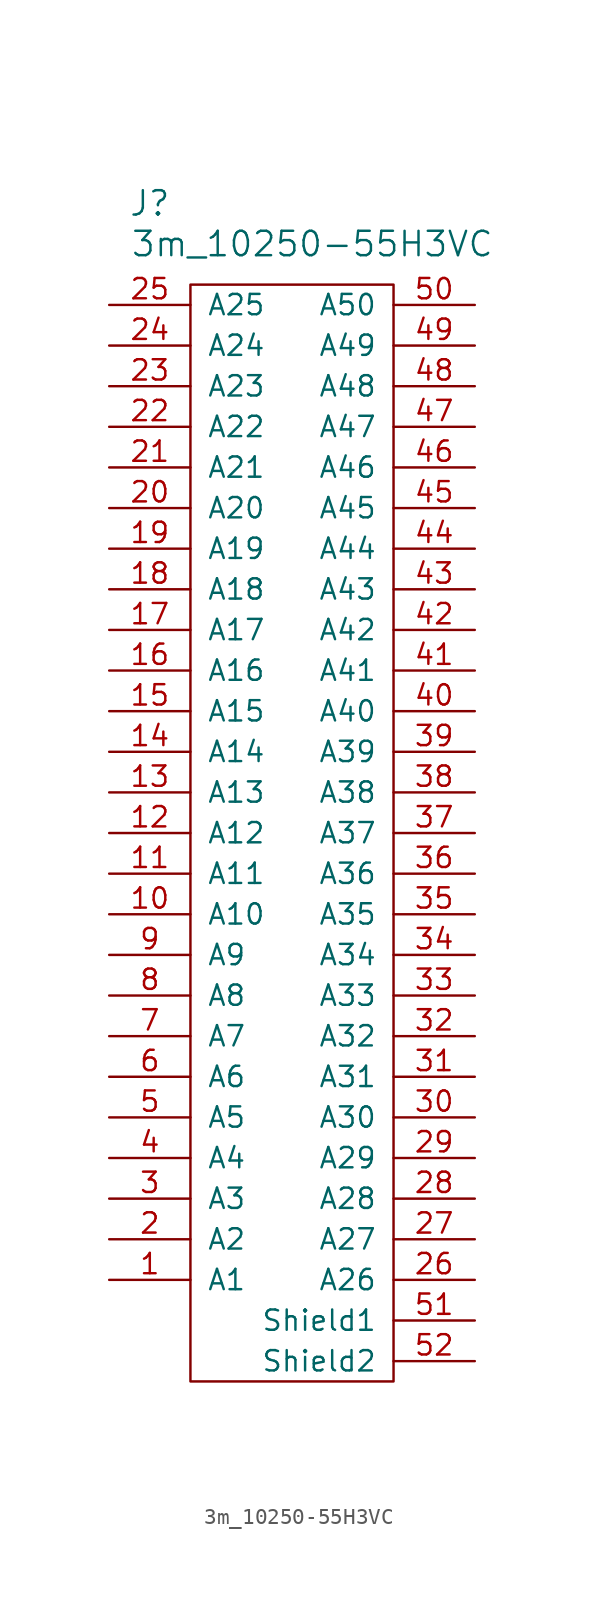
<source format=kicad_sym>
(kicad_symbol_lib
  (version 20220914)
  (generator kicad_symbol_editor)
  (symbol "3m_10250-55H3VC"
    (pin_names
      (offset 1.016))
    (property "Reference" "J"
      (at -8.89 35.56 0)
      (effects (font (size 1.524 1.524))))
    (property "Value" "3m_10250-55H3VC"
      (at 1.27 33.02 0)
      (effects (font (size 1.524 1.524))))
    (property "Footprint" ""
      (at 0 0 0)
      (effects (font (size 1.524 1.524))))
    (property "Datasheet" ""
      (at 0 0 0)
      (effects (font (size 1.524 1.524))))
    (symbol "3m_10250-55H3VC_0_1"
      (rectangle (start -6.35 30.48) (end 6.35 -38.1) (stroke (width 0) (type default)) (fill (type none))))
    (symbol "3m_10250-55H3VC_1_1"
      (pin bidirectional line (at -11.43 -31.75 0) (length 5.08) (name "A1" (effects (font (size 1.27 1.27)))) (number "1" (effects (font (size 1.27 1.27)))))
      (pin bidirectional line (at -11.43 -8.89 0) (length 5.08) (name "A10" (effects (font (size 1.27 1.27)))) (number "10" (effects (font (size 1.27 1.27)))))
      (pin bidirectional line (at -11.43 -6.35 0) (length 5.08) (name "A11" (effects (font (size 1.27 1.27)))) (number "11" (effects (font (size 1.27 1.27)))))
      (pin bidirectional line (at -11.43 -3.81 0) (length 5.08) (name "A12" (effects (font (size 1.27 1.27)))) (number "12" (effects (font (size 1.27 1.27)))))
      (pin bidirectional line (at -11.43 -1.27 0) (length 5.08) (name "A13" (effects (font (size 1.27 1.27)))) (number "13" (effects (font (size 1.27 1.27)))))
      (pin bidirectional line (at -11.43 1.27 0) (length 5.08) (name "A14" (effects (font (size 1.27 1.27)))) (number "14" (effects (font (size 1.27 1.27)))))
      (pin bidirectional line (at -11.43 3.81 0) (length 5.08) (name "A15" (effects (font (size 1.27 1.27)))) (number "15" (effects (font (size 1.27 1.27)))))
      (pin bidirectional line (at -11.43 6.35 0) (length 5.08) (name "A16" (effects (font (size 1.27 1.27)))) (number "16" (effects (font (size 1.27 1.27)))))
      (pin bidirectional line (at -11.43 8.89 0) (length 5.08) (name "A17" (effects (font (size 1.27 1.27)))) (number "17" (effects (font (size 1.27 1.27)))))
      (pin bidirectional line (at -11.43 11.43 0) (length 5.08) (name "A18" (effects (font (size 1.27 1.27)))) (number "18" (effects (font (size 1.27 1.27)))))
      (pin bidirectional line (at -11.43 13.97 0) (length 5.08) (name "A19" (effects (font (size 1.27 1.27)))) (number "19" (effects (font (size 1.27 1.27)))))
      (pin bidirectional line (at -11.43 -29.21 0) (length 5.08) (name "A2" (effects (font (size 1.27 1.27)))) (number "2" (effects (font (size 1.27 1.27)))))
      (pin bidirectional line (at -11.43 16.51 0) (length 5.08) (name "A20" (effects (font (size 1.27 1.27)))) (number "20" (effects (font (size 1.27 1.27)))))
      (pin bidirectional line (at -11.43 19.05 0) (length 5.08) (name "A21" (effects (font (size 1.27 1.27)))) (number "21" (effects (font (size 1.27 1.27)))))
      (pin bidirectional line (at -11.43 21.59 0) (length 5.08) (name "A22" (effects (font (size 1.27 1.27)))) (number "22" (effects (font (size 1.27 1.27)))))
      (pin bidirectional line (at -11.43 24.13 0) (length 5.08) (name "A23" (effects (font (size 1.27 1.27)))) (number "23" (effects (font (size 1.27 1.27)))))
      (pin bidirectional line (at -11.43 26.67 0) (length 5.08) (name "A24" (effects (font (size 1.27 1.27)))) (number "24" (effects (font (size 1.27 1.27)))))
      (pin bidirectional line (at -11.43 29.21 0) (length 5.08) (name "A25" (effects (font (size 1.27 1.27)))) (number "25" (effects (font (size 1.27 1.27)))))
      (pin bidirectional line (at 11.43 -31.75 180) (length 5.08) (name "A26" (effects (font (size 1.27 1.27)))) (number "26" (effects (font (size 1.27 1.27)))))
      (pin bidirectional line (at 11.43 -29.21 180) (length 5.08) (name "A27" (effects (font (size 1.27 1.27)))) (number "27" (effects (font (size 1.27 1.27)))))
      (pin bidirectional line (at 11.43 -26.67 180) (length 5.08) (name "A28" (effects (font (size 1.27 1.27)))) (number "28" (effects (font (size 1.27 1.27)))))
      (pin bidirectional line (at 11.43 -24.13 180) (length 5.08) (name "A29" (effects (font (size 1.27 1.27)))) (number "29" (effects (font (size 1.27 1.27)))))
      (pin bidirectional line (at -11.43 -26.67 0) (length 5.08) (name "A3" (effects (font (size 1.27 1.27)))) (number "3" (effects (font (size 1.27 1.27)))))
      (pin bidirectional line (at 11.43 -21.59 180) (length 5.08) (name "A30" (effects (font (size 1.27 1.27)))) (number "30" (effects (font (size 1.27 1.27)))))
      (pin bidirectional line (at 11.43 -19.05 180) (length 5.08) (name "A31" (effects (font (size 1.27 1.27)))) (number "31" (effects (font (size 1.27 1.27)))))
      (pin bidirectional line (at 11.43 -16.51 180) (length 5.08) (name "A32" (effects (font (size 1.27 1.27)))) (number "32" (effects (font (size 1.27 1.27)))))
      (pin bidirectional line (at 11.43 -13.97 180) (length 5.08) (name "A33" (effects (font (size 1.27 1.27)))) (number "33" (effects (font (size 1.27 1.27)))))
      (pin bidirectional line (at 11.43 -11.43 180) (length 5.08) (name "A34" (effects (font (size 1.27 1.27)))) (number "34" (effects (font (size 1.27 1.27)))))
      (pin bidirectional line (at 11.43 -8.89 180) (length 5.08) (name "A35" (effects (font (size 1.27 1.27)))) (number "35" (effects (font (size 1.27 1.27)))))
      (pin bidirectional line (at 11.43 -6.35 180) (length 5.08) (name "A36" (effects (font (size 1.27 1.27)))) (number "36" (effects (font (size 1.27 1.27)))))
      (pin bidirectional line (at 11.43 -3.81 180) (length 5.08) (name "A37" (effects (font (size 1.27 1.27)))) (number "37" (effects (font (size 1.27 1.27)))))
      (pin bidirectional line (at 11.43 -1.27 180) (length 5.08) (name "A38" (effects (font (size 1.27 1.27)))) (number "38" (effects (font (size 1.27 1.27)))))
      (pin bidirectional line (at 11.43 1.27 180) (length 5.08) (name "A39" (effects (font (size 1.27 1.27)))) (number "39" (effects (font (size 1.27 1.27)))))
      (pin bidirectional line (at -11.43 -24.13 0) (length 5.08) (name "A4" (effects (font (size 1.27 1.27)))) (number "4" (effects (font (size 1.27 1.27)))))
      (pin bidirectional line (at 11.43 3.81 180) (length 5.08) (name "A40" (effects (font (size 1.27 1.27)))) (number "40" (effects (font (size 1.27 1.27)))))
      (pin bidirectional line (at 11.43 6.35 180) (length 5.08) (name "A41" (effects (font (size 1.27 1.27)))) (number "41" (effects (font (size 1.27 1.27)))))
      (pin bidirectional line (at 11.43 8.89 180) (length 5.08) (name "A42" (effects (font (size 1.27 1.27)))) (number "42" (effects (font (size 1.27 1.27)))))
      (pin bidirectional line (at 11.43 11.43 180) (length 5.08) (name "A43" (effects (font (size 1.27 1.27)))) (number "43" (effects (font (size 1.27 1.27)))))
      (pin bidirectional line (at 11.43 13.97 180) (length 5.08) (name "A44" (effects (font (size 1.27 1.27)))) (number "44" (effects (font (size 1.27 1.27)))))
      (pin bidirectional line (at 11.43 16.51 180) (length 5.08) (name "A45" (effects (font (size 1.27 1.27)))) (number "45" (effects (font (size 1.27 1.27)))))
      (pin bidirectional line (at 11.43 19.05 180) (length 5.08) (name "A46" (effects (font (size 1.27 1.27)))) (number "46" (effects (font (size 1.27 1.27)))))
      (pin bidirectional line (at 11.43 21.59 180) (length 5.08) (name "A47" (effects (font (size 1.27 1.27)))) (number "47" (effects (font (size 1.27 1.27)))))
      (pin bidirectional line (at 11.43 24.13 180) (length 5.08) (name "A48" (effects (font (size 1.27 1.27)))) (number "48" (effects (font (size 1.27 1.27)))))
      (pin bidirectional line (at 11.43 26.67 180) (length 5.08) (name "A49" (effects (font (size 1.27 1.27)))) (number "49" (effects (font (size 1.27 1.27)))))
      (pin bidirectional line (at -11.43 -21.59 0) (length 5.08) (name "A5" (effects (font (size 1.27 1.27)))) (number "5" (effects (font (size 1.27 1.27)))))
      (pin bidirectional line (at 11.43 29.21 180) (length 5.08) (name "A50" (effects (font (size 1.27 1.27)))) (number "50" (effects (font (size 1.27 1.27)))))
      (pin bidirectional line (at 11.43 -34.29 180) (length 5.08) (name "Shield1" (effects (font (size 1.27 1.27)))) (number "51" (effects (font (size 1.27 1.27)))))
      (pin bidirectional line (at 11.43 -36.83 180) (length 5.08) (name "Shield2" (effects (font (size 1.27 1.27)))) (number "52" (effects (font (size 1.27 1.27)))))
      (pin bidirectional line (at -11.43 -19.05 0) (length 5.08) (name "A6" (effects (font (size 1.27 1.27)))) (number "6" (effects (font (size 1.27 1.27)))))
      (pin bidirectional line (at -11.43 -16.51 0) (length 5.08) (name "A7" (effects (font (size 1.27 1.27)))) (number "7" (effects (font (size 1.27 1.27)))))
      (pin bidirectional line (at -11.43 -13.97 0) (length 5.08) (name "A8" (effects (font (size 1.27 1.27)))) (number "8" (effects (font (size 1.27 1.27)))))
      (pin bidirectional line (at -11.43 -11.43 0) (length 5.08) (name "A9" (effects (font (size 1.27 1.27)))) (number "9" (effects (font (size 1.27 1.27))))))))
</source>
